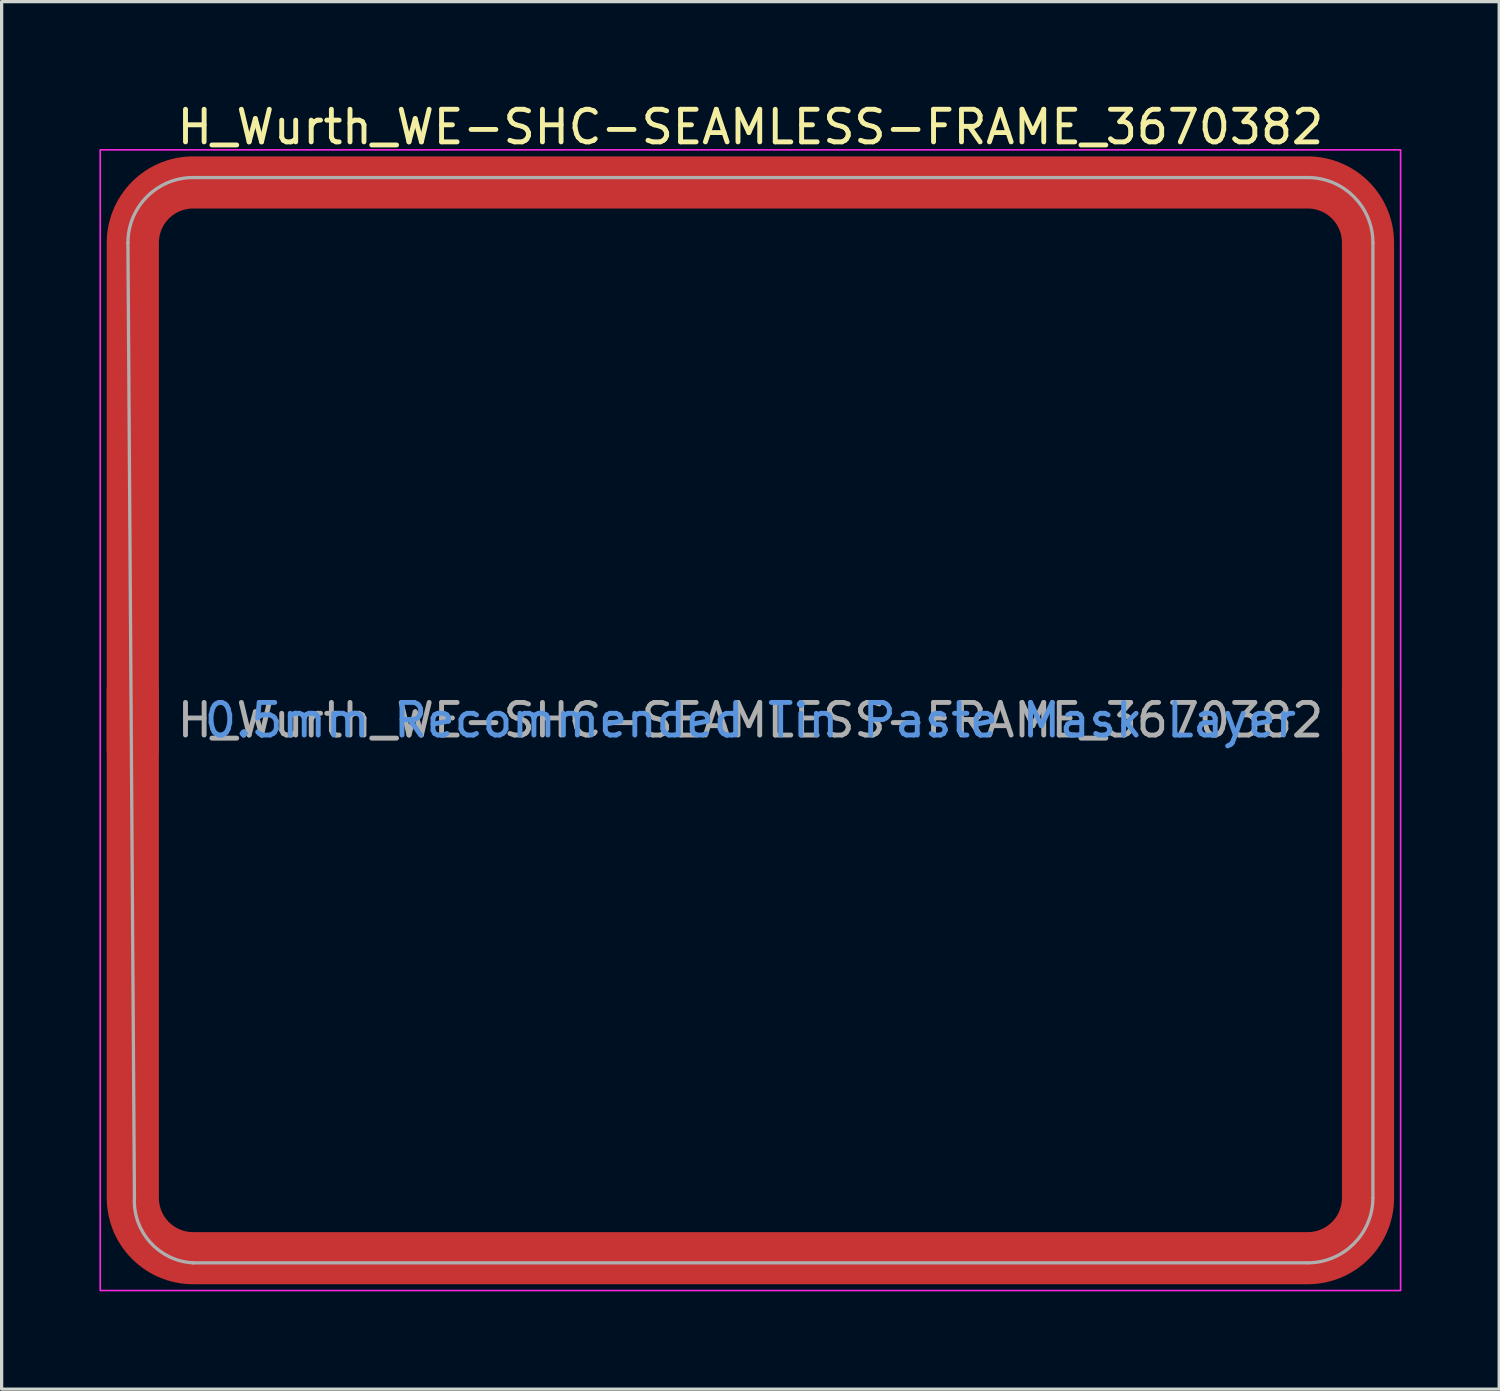
<source format=kicad_pcb>
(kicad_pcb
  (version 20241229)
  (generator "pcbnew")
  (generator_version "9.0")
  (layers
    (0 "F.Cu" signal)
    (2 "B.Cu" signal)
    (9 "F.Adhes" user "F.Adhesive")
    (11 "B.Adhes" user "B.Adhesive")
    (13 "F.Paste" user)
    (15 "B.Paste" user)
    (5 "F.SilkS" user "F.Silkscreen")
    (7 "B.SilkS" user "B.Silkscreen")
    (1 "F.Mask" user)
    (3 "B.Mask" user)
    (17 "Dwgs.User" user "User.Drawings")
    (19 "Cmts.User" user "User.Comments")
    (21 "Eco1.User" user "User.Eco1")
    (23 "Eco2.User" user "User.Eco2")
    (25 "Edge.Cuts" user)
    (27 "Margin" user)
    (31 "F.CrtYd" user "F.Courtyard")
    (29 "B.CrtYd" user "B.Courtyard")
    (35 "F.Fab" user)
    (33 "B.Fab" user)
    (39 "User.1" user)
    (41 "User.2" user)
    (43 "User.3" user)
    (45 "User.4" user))
  (footprint "H_Wurth_WE-SHC-SEAMLESS-FRAME_3670382"
    (layer "F.Cu")
    (at 19.975 19.048)
    (property "Reference" "H_Wurth_WE-SHC-SEAMLESS-FRAME_3670382" (at 0 -18.2 0) (unlocked yes) (layer "F.SilkS") (effects (font (size 1 1) (thickness 0.15))))
    (attr smd)
    (fp_rect (start -19.95 -17.5) (end 19.95 17.5) (stroke (width 0.05) (type solid)) (fill no) (layer "F.CrtYd"))
    (fp_line (start -18.9 14.65) (end -19.1 -14.65) (stroke (width 0.1) (type solid)) (layer "F.Fab"))
    (fp_line (start -17.1 -16.65) (end 17.1 -16.65) (stroke (width 0.1) (type solid)) (layer "F.Fab"))
    (fp_line (start -17.1 16.65) (end 17.1 16.65) (stroke (width 0.1) (type solid)) (layer "F.Fab"))
    (fp_line (start 19.1 14.65) (end 19.1 -14.65) (stroke (width 0.1) (type solid)) (layer "F.Fab"))
    (fp_arc (start -19.1 -14.65) (mid -18.514214 -16.064214) (end -17.1 -16.65) (stroke (width 0.1) (type default)) (layer "F.Fab"))
    (fp_arc (start -17.1 16.65) (mid -18.414212 16.022792) (end -18.899999 14.650001) (stroke (width 0.1) (type default)) (layer "F.Fab"))
    (fp_arc (start 17.1 -16.65) (mid 18.514214 -16.064214) (end 19.1 -14.65) (stroke (width 0.1) (type default)) (layer "F.Fab"))
    (fp_arc (start 19.1 14.65) (mid 18.514214 16.064213) (end 17.100001 16.649999) (stroke (width 0.1) (type default)) (layer "F.Fab"))
    (fp_text user "0.5mm Recommended Tin Paste Mask Layer" (at 0 0 0) (unlocked yes) (layer "Cmts.User") (effects (font (size 1 1) (thickness 0.15))))
    (fp_text user "${REFERENCE}" (at 0 0 0) (unlocked yes) (layer "F.Fab") (effects (font (size 1 1) (thickness 0.15))))
    (pad "1" smd custom (at -18.95 0.007 180) (size 1.5 29.3) (layers "F.Cu" "F.Mask" "F.Paste") (options (anchor rect)) (primitives (gr_poly (pts (xy -37.15 1) (xy -38.65 1) (xy -38.65 -14.65) (xy -38.646 -14.786) (xy -38.636 -14.922) (xy -38.618 -15.057) (xy -38.593 -15.191) (xy -38.561 -15.323) (xy -38.523 -15.453) (xy -38.477 -15.582) (xy -38.425 -15.708) (xy -38.367 -15.83) (xy -38.302 -15.95) (xy -38.231 -16.066) (xy -38.153 -16.178) (xy -38.071 -16.286) (xy -37.982 -16.39) (xy -37.888 -16.488) (xy -37.79 -16.582) (xy -37.686 -16.671) (xy -37.578 -16.753) (xy -37.466 -16.831) (xy -37.35 -16.902) (xy -37.23 -16.967) (xy -37.108 -17.025) (xy -36.982 -17.077) (xy -36.853 -17.123) (xy -36.723 -17.161) (xy -36.591 -17.193) (xy -36.457 -17.218) (xy -36.322 -17.236) (xy -36.186 -17.246) (xy -36.05 -17.25) (xy -1.85 -17.25) (xy -1.714 -17.246) (xy -1.578 -17.236) (xy -1.443 -17.218) (xy -1.309 -17.193) (xy -1.177 -17.161) (xy -1.047 -17.123) (xy -0.918 -17.077) (xy -0.792 -17.025) (xy -0.67 -16.967) (xy -0.55 -16.902) (xy -0.434 -16.831) (xy -0.322 -16.753) (xy -0.214 -16.671) (xy -0.11 -16.582) (xy -0.012 -16.488) (xy 0.082 -16.39) (xy 0.171 -16.286) (xy 0.253 -16.178) (xy 0.331 -16.066) (xy 0.402 -15.95) (xy 0.467 -15.83) (xy 0.525 -15.708) (xy 0.577 -15.582) (xy 0.623 -15.453) (xy 0.661 -15.323) (xy 0.693 -15.191) (xy 0.718 -15.057) (xy 0.736 -14.922) (xy 0.746 -14.786) (xy 0.75 -14.65) (xy 0.75 1) (xy -0.75 1) (xy -0.75 -14.65) (xy -0.752 -14.708) (xy -0.756 -14.765) (xy -0.764 -14.822) (xy -0.774 -14.879) (xy -0.787 -14.935) (xy -0.804 -14.99) (xy -0.823 -15.044) (xy -0.845 -15.097) (xy -0.87 -15.149) (xy -0.897 -15.2) (xy -0.927 -15.249) (xy -0.96 -15.297) (xy -0.995 -15.342) (xy -1.033 -15.386) (xy -1.072 -15.428) (xy -1.114 -15.467) (xy -1.158 -15.505) (xy -1.203 -15.54) (xy -1.251 -15.573) (xy -1.3 -15.603) (xy -1.351 -15.63) (xy -1.403 -15.655) (xy -1.456 -15.677) (xy -1.51 -15.696) (xy -1.565 -15.713) (xy -1.621 -15.726) (xy -1.678 -15.736) (xy -1.735 -15.744) (xy -1.792 -15.748) (xy -1.85 -15.75) (xy -36.05 -15.75) (xy -36.108 -15.748) (xy -36.165 -15.744) (xy -36.222 -15.736) (xy -36.279 -15.726) (xy -36.335 -15.713) (xy -36.39 -15.696) (xy -36.444 -15.677) (xy -36.497 -15.655) (xy -36.549 -15.63) (xy -36.6 -15.603) (xy -36.649 -15.573) (xy -36.697 -15.54) (xy -36.742 -15.505) (xy -36.786 -15.467) (xy -36.828 -15.428) (xy -36.867 -15.386) (xy -36.905 -15.342) (xy -36.94 -15.297) (xy -36.973 -15.249) (xy -37.003 -15.2) (xy -37.03 -15.149) (xy -37.055 -15.097) (xy -37.077 -15.044) (xy -37.096 -14.99) (xy -37.113 -14.935) (xy -37.126 -14.879) (xy -37.136 -14.822) (xy -37.144 -14.765) (xy -37.148 -14.708) (xy -37.15 -14.65) (xy -37.15 1)) (width 0.1) (fill yes))))
    (pad "1" smd custom (at 18.95 0) (size 1.5 29.3) (layers "F.Cu" "F.Mask" "F.Paste") (options (anchor rect)) (primitives (gr_poly (pts (xy -37.15 1) (xy -38.65 1) (xy -38.65 -14.65) (xy -38.646 -14.786) (xy -38.636 -14.922) (xy -38.618 -15.057) (xy -38.593 -15.191) (xy -38.561 -15.323) (xy -38.523 -15.453) (xy -38.477 -15.582) (xy -38.425 -15.708) (xy -38.367 -15.83) (xy -38.302 -15.95) (xy -38.231 -16.066) (xy -38.153 -16.178) (xy -38.071 -16.286) (xy -37.982 -16.39) (xy -37.888 -16.488) (xy -37.79 -16.582) (xy -37.686 -16.671) (xy -37.578 -16.753) (xy -37.466 -16.831) (xy -37.35 -16.902) (xy -37.23 -16.967) (xy -37.108 -17.025) (xy -36.982 -17.077) (xy -36.853 -17.123) (xy -36.723 -17.161) (xy -36.591 -17.193) (xy -36.457 -17.218) (xy -36.322 -17.236) (xy -36.186 -17.246) (xy -36.05 -17.25) (xy -1.85 -17.25) (xy -1.714 -17.246) (xy -1.578 -17.236) (xy -1.443 -17.218) (xy -1.309 -17.193) (xy -1.177 -17.161) (xy -1.047 -17.123) (xy -0.918 -17.077) (xy -0.792 -17.025) (xy -0.67 -16.967) (xy -0.55 -16.902) (xy -0.434 -16.831) (xy -0.322 -16.753) (xy -0.214 -16.671) (xy -0.11 -16.582) (xy -0.012 -16.488) (xy 0.082 -16.39) (xy 0.171 -16.286) (xy 0.253 -16.178) (xy 0.331 -16.066) (xy 0.402 -15.95) (xy 0.467 -15.83) (xy 0.525 -15.708) (xy 0.577 -15.582) (xy 0.623 -15.453) (xy 0.661 -15.323) (xy 0.693 -15.191) (xy 0.718 -15.057) (xy 0.736 -14.922) (xy 0.746 -14.786) (xy 0.75 -14.65) (xy 0.75 1) (xy -0.75 1) (xy -0.75 -14.65) (xy -0.752 -14.708) (xy -0.756 -14.765) (xy -0.764 -14.822) (xy -0.774 -14.879) (xy -0.787 -14.935) (xy -0.804 -14.99) (xy -0.823 -15.044) (xy -0.845 -15.097) (xy -0.87 -15.149) (xy -0.897 -15.2) (xy -0.927 -15.249) (xy -0.96 -15.297) (xy -0.995 -15.342) (xy -1.033 -15.386) (xy -1.072 -15.428) (xy -1.114 -15.467) (xy -1.158 -15.505) (xy -1.203 -15.54) (xy -1.251 -15.573) (xy -1.3 -15.603) (xy -1.351 -15.63) (xy -1.403 -15.655) (xy -1.456 -15.677) (xy -1.51 -15.696) (xy -1.565 -15.713) (xy -1.621 -15.726) (xy -1.678 -15.736) (xy -1.735 -15.744) (xy -1.792 -15.748) (xy -1.85 -15.75) (xy -36.05 -15.75) (xy -36.108 -15.748) (xy -36.165 -15.744) (xy -36.222 -15.736) (xy -36.279 -15.726) (xy -36.335 -15.713) (xy -36.39 -15.696) (xy -36.444 -15.677) (xy -36.497 -15.655) (xy -36.549 -15.63) (xy -36.6 -15.603) (xy -36.649 -15.573) (xy -36.697 -15.54) (xy -36.742 -15.505) (xy -36.786 -15.467) (xy -36.828 -15.428) (xy -36.867 -15.386) (xy -36.905 -15.342) (xy -36.94 -15.297) (xy -36.973 -15.249) (xy -37.003 -15.2) (xy -37.03 -15.149) (xy -37.055 -15.097) (xy -37.077 -15.044) (xy -37.096 -14.99) (xy -37.113 -14.935) (xy -37.126 -14.879) (xy -37.136 -14.822) (xy -37.144 -14.765) (xy -37.148 -14.708) (xy -37.15 -14.65) (xy -37.15 1)) (width 0.1) (fill yes)))))
  (gr_rect
    (start -3 -3)
    (end 42.95 39.573)
    (stroke (width 0.1) (type default))
    (fill no)
    (layer "Edge.Cuts")))
</source>
